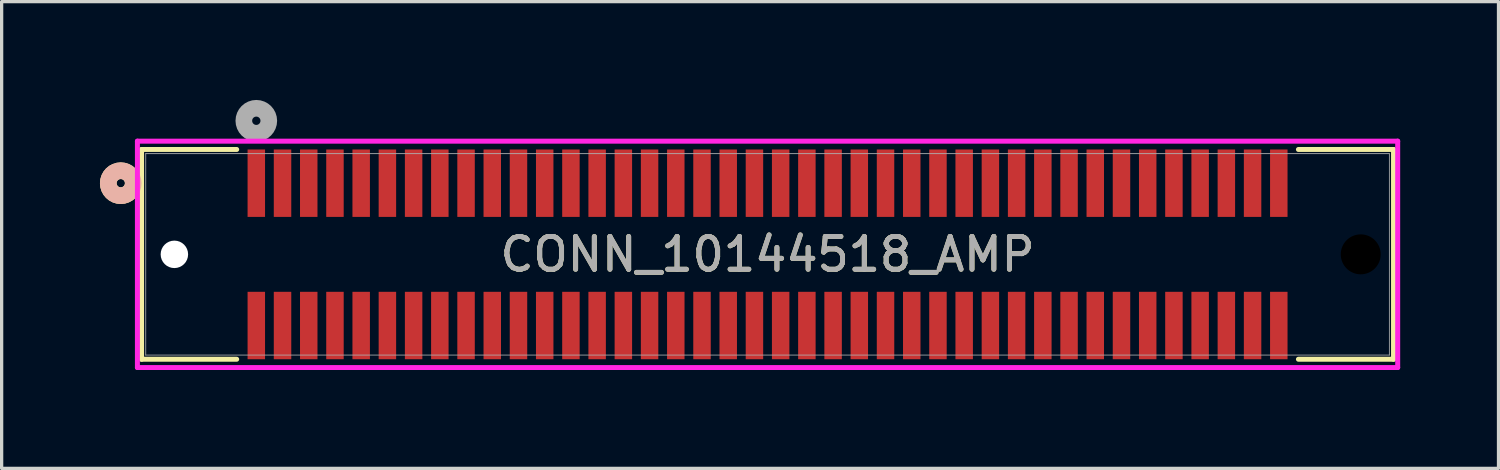
<source format=kicad_pcb>
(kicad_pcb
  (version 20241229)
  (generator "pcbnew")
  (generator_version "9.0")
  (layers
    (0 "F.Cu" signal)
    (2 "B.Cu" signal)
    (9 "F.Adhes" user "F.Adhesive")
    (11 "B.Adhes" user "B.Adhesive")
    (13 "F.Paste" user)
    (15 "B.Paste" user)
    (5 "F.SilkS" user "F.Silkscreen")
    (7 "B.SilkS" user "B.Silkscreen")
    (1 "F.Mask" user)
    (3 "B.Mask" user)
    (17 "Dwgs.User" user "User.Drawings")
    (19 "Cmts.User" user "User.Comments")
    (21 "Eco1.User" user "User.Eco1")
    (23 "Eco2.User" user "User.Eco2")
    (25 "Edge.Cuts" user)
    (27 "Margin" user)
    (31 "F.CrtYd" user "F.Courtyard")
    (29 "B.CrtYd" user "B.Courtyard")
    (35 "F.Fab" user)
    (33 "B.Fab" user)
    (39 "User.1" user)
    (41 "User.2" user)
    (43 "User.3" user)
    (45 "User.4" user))
  (footprint "CONN_10144518_AMP"
    (layer "F.Cu")
    (at 4.771 2.54)
    (property "Reference" "CONN_10144518_AMP" (at 15.6 2.171 0) (unlocked yes) (layer "F.SilkS") (effects (font (size 1 1) (thickness 0.15))))
    (attr smd)
    (fp_line (start -3.501 -1.029) (end -3.501 5.372) (stroke (width 0.152) (type solid)) (layer "F.SilkS"))
    (fp_line (start -3.501 5.372) (end -0.599 5.372) (stroke (width 0.152) (type solid)) (layer "F.SilkS"))
    (fp_line (start -0.599 -1.029) (end -3.501 -1.029) (stroke (width 0.152) (type solid)) (layer "F.SilkS"))
    (fp_line (start 31.799 5.372) (end 34.701 5.372) (stroke (width 0.152) (type solid)) (layer "F.SilkS"))
    (fp_line (start 34.701 -1.029) (end 31.799 -1.029) (stroke (width 0.152) (type solid)) (layer "F.SilkS"))
    (fp_line (start 34.701 5.372) (end 34.701 -1.029) (stroke (width 0.152) (type solid)) (layer "F.SilkS"))
    (fp_circle (center -4.136 0) (end -3.755 0) (stroke (width 0.508) (type solid)) (fill no) (layer "F.SilkS"))
    (fp_circle (center -4.136 0) (end -3.755 0) (stroke (width 0.508) (type solid)) (fill no) (layer "B.SilkS"))
    (fp_line (start -3.628 -1.283) (end -3.628 5.625) (stroke (width 0.152) (type solid)) (layer "F.CrtYd"))
    (fp_line (start -3.628 5.625) (end 34.828 5.625) (stroke (width 0.152) (type solid)) (layer "F.CrtYd"))
    (fp_line (start 34.828 -1.283) (end -3.628 -1.283) (stroke (width 0.152) (type solid)) (layer "F.CrtYd"))
    (fp_line (start 34.828 5.625) (end 34.828 -1.283) (stroke (width 0.152) (type solid)) (layer "F.CrtYd"))
    (fp_line (start -3.374 -0.902) (end -3.374 5.245) (stroke (width 0.025) (type solid)) (layer "F.Fab"))
    (fp_line (start -3.374 5.245) (end 34.574 5.245) (stroke (width 0.025) (type solid)) (layer "F.Fab"))
    (fp_line (start 34.574 -0.902) (end -3.374 -0.902) (stroke (width 0.025) (type solid)) (layer "F.Fab"))
    (fp_line (start 34.574 5.245) (end 34.574 -0.902) (stroke (width 0.025) (type solid)) (layer "F.Fab"))
    (fp_circle (center 0 -1.905) (end 0.381 -1.905) (stroke (width 0.508) (type solid)) (fill no) (layer "F.Fab"))
    (fp_text user "${REFERENCE}" (at 15.6 2.171 0) (unlocked yes) (layer "F.Fab") (effects (font (size 1 1) (thickness 0.15))))
    (pad "" np_thru_hole circle (at -2.5 2.171) (size 0.838 0.838) (drill 0.838) (layers "*.Cu" "*.Mask"))
    (pad "" np_thru_hole circle (at 33.7 2.171) (size 1.219 1.219) (drill 1.219) (layers))
    (pad "1" smd rect (at 0 0) (size 0.533 2.057) (layers "F.Cu" "F.Mask" "F.Paste"))
    (pad "2" smd rect (at 0 4.343) (size 0.533 2.057) (layers "F.Cu" "F.Mask" "F.Paste"))
    (pad "3" smd rect (at 0.8 0) (size 0.533 2.057) (layers "F.Cu" "F.Mask" "F.Paste"))
    (pad "4" smd rect (at 0.8 4.343) (size 0.533 2.057) (layers "F.Cu" "F.Mask" "F.Paste"))
    (pad "5" smd rect (at 1.6 0) (size 0.533 2.057) (layers "F.Cu" "F.Mask" "F.Paste"))
    (pad "6" smd rect (at 1.6 4.343) (size 0.533 2.057) (layers "F.Cu" "F.Mask" "F.Paste"))
    (pad "7" smd rect (at 2.4 0) (size 0.533 2.057) (layers "F.Cu" "F.Mask" "F.Paste"))
    (pad "8" smd rect (at 2.4 4.343) (size 0.533 2.057) (layers "F.Cu" "F.Mask" "F.Paste"))
    (pad "9" smd rect (at 3.2 0) (size 0.533 2.057) (layers "F.Cu" "F.Mask" "F.Paste"))
    (pad "10" smd rect (at 3.2 4.343) (size 0.533 2.057) (layers "F.Cu" "F.Mask" "F.Paste"))
    (pad "11" smd rect (at 4 0) (size 0.533 2.057) (layers "F.Cu" "F.Mask" "F.Paste"))
    (pad "12" smd rect (at 4 4.343) (size 0.533 2.057) (layers "F.Cu" "F.Mask" "F.Paste"))
    (pad "13" smd rect (at 4.8 0) (size 0.533 2.057) (layers "F.Cu" "F.Mask" "F.Paste"))
    (pad "14" smd rect (at 4.8 4.343) (size 0.533 2.057) (layers "F.Cu" "F.Mask" "F.Paste"))
    (pad "15" smd rect (at 5.6 0) (size 0.533 2.057) (layers "F.Cu" "F.Mask" "F.Paste"))
    (pad "16" smd rect (at 5.6 4.343) (size 0.533 2.057) (layers "F.Cu" "F.Mask" "F.Paste"))
    (pad "17" smd rect (at 6.4 0) (size 0.533 2.057) (layers "F.Cu" "F.Mask" "F.Paste"))
    (pad "18" smd rect (at 6.4 4.343) (size 0.533 2.057) (layers "F.Cu" "F.Mask" "F.Paste"))
    (pad "19" smd rect (at 7.2 0) (size 0.533 2.057) (layers "F.Cu" "F.Mask" "F.Paste"))
    (pad "20" smd rect (at 7.2 4.343) (size 0.533 2.057) (layers "F.Cu" "F.Mask" "F.Paste"))
    (pad "21" smd rect (at 8 0) (size 0.533 2.057) (layers "F.Cu" "F.Mask" "F.Paste"))
    (pad "22" smd rect (at 8 4.343) (size 0.533 2.057) (layers "F.Cu" "F.Mask" "F.Paste"))
    (pad "23" smd rect (at 8.8 0) (size 0.533 2.057) (layers "F.Cu" "F.Mask" "F.Paste"))
    (pad "24" smd rect (at 8.8 4.343) (size 0.533 2.057) (layers "F.Cu" "F.Mask" "F.Paste"))
    (pad "25" smd rect (at 9.6 0) (size 0.533 2.057) (layers "F.Cu" "F.Mask" "F.Paste"))
    (pad "26" smd rect (at 9.6 4.343) (size 0.533 2.057) (layers "F.Cu" "F.Mask" "F.Paste"))
    (pad "27" smd rect (at 10.4 0) (size 0.533 2.057) (layers "F.Cu" "F.Mask" "F.Paste"))
    (pad "28" smd rect (at 10.4 4.343) (size 0.533 2.057) (layers "F.Cu" "F.Mask" "F.Paste"))
    (pad "29" smd rect (at 11.2 0) (size 0.533 2.057) (layers "F.Cu" "F.Mask" "F.Paste"))
    (pad "30" smd rect (at 11.2 4.343) (size 0.533 2.057) (layers "F.Cu" "F.Mask" "F.Paste"))
    (pad "31" smd rect (at 12 0) (size 0.533 2.057) (layers "F.Cu" "F.Mask" "F.Paste"))
    (pad "32" smd rect (at 12 4.343) (size 0.533 2.057) (layers "F.Cu" "F.Mask" "F.Paste"))
    (pad "33" smd rect (at 12.8 0) (size 0.533 2.057) (layers "F.Cu" "F.Mask" "F.Paste"))
    (pad "34" smd rect (at 12.8 4.343) (size 0.533 2.057) (layers "F.Cu" "F.Mask" "F.Paste"))
    (pad "35" smd rect (at 13.6 0) (size 0.533 2.057) (layers "F.Cu" "F.Mask" "F.Paste"))
    (pad "36" smd rect (at 13.6 4.343) (size 0.533 2.057) (layers "F.Cu" "F.Mask" "F.Paste"))
    (pad "37" smd rect (at 14.4 0) (size 0.533 2.057) (layers "F.Cu" "F.Mask" "F.Paste"))
    (pad "38" smd rect (at 14.4 4.343) (size 0.533 2.057) (layers "F.Cu" "F.Mask" "F.Paste"))
    (pad "39" smd rect (at 15.2 0) (size 0.533 2.057) (layers "F.Cu" "F.Mask" "F.Paste"))
    (pad "40" smd rect (at 15.2 4.343) (size 0.533 2.057) (layers "F.Cu" "F.Mask" "F.Paste"))
    (pad "41" smd rect (at 16 0) (size 0.533 2.057) (layers "F.Cu" "F.Mask" "F.Paste"))
    (pad "42" smd rect (at 16 4.343) (size 0.533 2.057) (layers "F.Cu" "F.Mask" "F.Paste"))
    (pad "43" smd rect (at 16.8 0) (size 0.533 2.057) (layers "F.Cu" "F.Mask" "F.Paste"))
    (pad "44" smd rect (at 16.8 4.343) (size 0.533 2.057) (layers "F.Cu" "F.Mask" "F.Paste"))
    (pad "45" smd rect (at 17.6 0) (size 0.533 2.057) (layers "F.Cu" "F.Mask" "F.Paste"))
    (pad "46" smd rect (at 17.6 4.343) (size 0.533 2.057) (layers "F.Cu" "F.Mask" "F.Paste"))
    (pad "47" smd rect (at 18.4 0) (size 0.533 2.057) (layers "F.Cu" "F.Mask" "F.Paste"))
    (pad "48" smd rect (at 18.4 4.343) (size 0.533 2.057) (layers "F.Cu" "F.Mask" "F.Paste"))
    (pad "49" smd rect (at 19.2 0) (size 0.533 2.057) (layers "F.Cu" "F.Mask" "F.Paste"))
    (pad "50" smd rect (at 19.2 4.343) (size 0.533 2.057) (layers "F.Cu" "F.Mask" "F.Paste"))
    (pad "51" smd rect (at 20 0) (size 0.533 2.057) (layers "F.Cu" "F.Mask" "F.Paste"))
    (pad "52" smd rect (at 20 4.343) (size 0.533 2.057) (layers "F.Cu" "F.Mask" "F.Paste"))
    (pad "53" smd rect (at 20.8 0) (size 0.533 2.057) (layers "F.Cu" "F.Mask" "F.Paste"))
    (pad "54" smd rect (at 20.8 4.343) (size 0.533 2.057) (layers "F.Cu" "F.Mask" "F.Paste"))
    (pad "55" smd rect (at 21.6 0) (size 0.533 2.057) (layers "F.Cu" "F.Mask" "F.Paste"))
    (pad "56" smd rect (at 21.6 4.343) (size 0.533 2.057) (layers "F.Cu" "F.Mask" "F.Paste"))
    (pad "57" smd rect (at 22.4 0) (size 0.533 2.057) (layers "F.Cu" "F.Mask" "F.Paste"))
    (pad "58" smd rect (at 22.4 4.343) (size 0.533 2.057) (layers "F.Cu" "F.Mask" "F.Paste"))
    (pad "59" smd rect (at 23.2 0) (size 0.533 2.057) (layers "F.Cu" "F.Mask" "F.Paste"))
    (pad "60" smd rect (at 23.2 4.343) (size 0.533 2.057) (layers "F.Cu" "F.Mask" "F.Paste"))
    (pad "61" smd rect (at 24 0) (size 0.533 2.057) (layers "F.Cu" "F.Mask" "F.Paste"))
    (pad "62" smd rect (at 24 4.343) (size 0.533 2.057) (layers "F.Cu" "F.Mask" "F.Paste"))
    (pad "63" smd rect (at 24.8 0) (size 0.533 2.057) (layers "F.Cu" "F.Mask" "F.Paste"))
    (pad "64" smd rect (at 24.8 4.343) (size 0.533 2.057) (layers "F.Cu" "F.Mask" "F.Paste"))
    (pad "65" smd rect (at 25.6 0) (size 0.533 2.057) (layers "F.Cu" "F.Mask" "F.Paste"))
    (pad "66" smd rect (at 25.6 4.343) (size 0.533 2.057) (layers "F.Cu" "F.Mask" "F.Paste"))
    (pad "67" smd rect (at 26.4 0) (size 0.533 2.057) (layers "F.Cu" "F.Mask" "F.Paste"))
    (pad "68" smd rect (at 26.4 4.343) (size 0.533 2.057) (layers "F.Cu" "F.Mask" "F.Paste"))
    (pad "69" smd rect (at 27.2 0) (size 0.533 2.057) (layers "F.Cu" "F.Mask" "F.Paste"))
    (pad "70" smd rect (at 27.2 4.343) (size 0.533 2.057) (layers "F.Cu" "F.Mask" "F.Paste"))
    (pad "71" smd rect (at 28 0) (size 0.533 2.057) (layers "F.Cu" "F.Mask" "F.Paste"))
    (pad "72" smd rect (at 28 4.343) (size 0.533 2.057) (layers "F.Cu" "F.Mask" "F.Paste"))
    (pad "73" smd rect (at 28.8 0) (size 0.533 2.057) (layers "F.Cu" "F.Mask" "F.Paste"))
    (pad "74" smd rect (at 28.8 4.343) (size 0.533 2.057) (layers "F.Cu" "F.Mask" "F.Paste"))
    (pad "75" smd rect (at 29.6 0) (size 0.533 2.057) (layers "F.Cu" "F.Mask" "F.Paste"))
    (pad "76" smd rect (at 29.6 4.343) (size 0.533 2.057) (layers "F.Cu" "F.Mask" "F.Paste"))
    (pad "77" smd rect (at 30.4 0) (size 0.533 2.057) (layers "F.Cu" "F.Mask" "F.Paste"))
    (pad "78" smd rect (at 30.4 4.343) (size 0.533 2.057) (layers "F.Cu" "F.Mask" "F.Paste"))
    (pad "79" smd rect (at 31.2 0) (size 0.533 2.057) (layers "F.Cu" "F.Mask" "F.Paste"))
    (pad "80" smd rect (at 31.2 4.343) (size 0.533 2.057) (layers "F.Cu" "F.Mask" "F.Paste")))
  (gr_rect
    (start -3 -3)
    (end 42.675 11.242)
    (stroke (width 0.1) (type default))
    (fill no)
    (layer "Edge.Cuts")))
</source>
